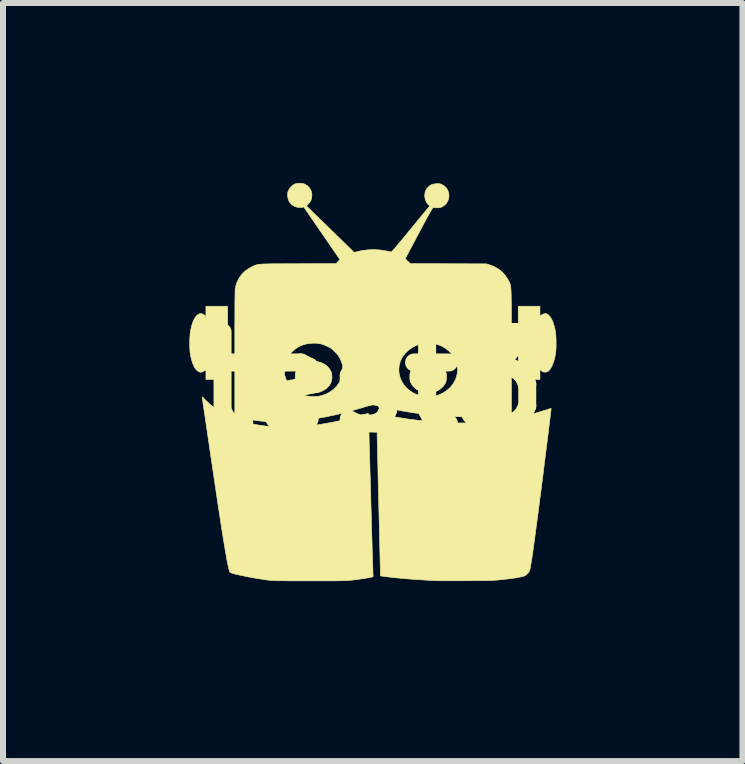
<source format=kicad_pcb>
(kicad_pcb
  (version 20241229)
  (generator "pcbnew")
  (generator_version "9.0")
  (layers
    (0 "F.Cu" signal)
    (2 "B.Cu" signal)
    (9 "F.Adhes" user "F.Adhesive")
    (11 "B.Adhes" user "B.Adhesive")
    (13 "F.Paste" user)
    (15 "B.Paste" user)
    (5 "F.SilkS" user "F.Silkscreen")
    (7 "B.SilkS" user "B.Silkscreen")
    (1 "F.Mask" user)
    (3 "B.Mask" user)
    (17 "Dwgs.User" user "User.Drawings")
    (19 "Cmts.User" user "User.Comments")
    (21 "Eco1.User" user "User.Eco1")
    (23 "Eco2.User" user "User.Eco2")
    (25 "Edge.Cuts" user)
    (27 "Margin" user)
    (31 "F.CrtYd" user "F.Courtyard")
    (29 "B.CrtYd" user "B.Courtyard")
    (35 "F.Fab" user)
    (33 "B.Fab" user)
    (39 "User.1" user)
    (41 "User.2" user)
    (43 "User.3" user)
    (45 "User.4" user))
  (footprint "test3"
    (layer "F.Cu")
    (at 3.164 3.32)
    (property "Reference" "test3" (at 0 0 0) (layer "F.SilkS") (effects (font (size 1.524 1.524) (thickness 0.3))))
    (attr through_hole)
    (fp_poly (pts (xy -2.419 -0.044) (xy -2.781 -0.044) (xy -2.781 -0.212) (xy -2.799 -0.196) (xy -2.823 -0.177) (xy -2.845 -0.167) (xy -2.868 -0.165) (xy -2.898 -0.171) (xy -2.927 -0.19) (xy -2.954 -0.219) (xy -2.978 -0.26) (xy -3.001 -0.311) (xy -3.02 -0.372) (xy -3.036 -0.442) (xy -3.043 -0.479) (xy -3.047 -0.514) (xy -3.049 -0.559) (xy -3.051 -0.609) (xy -3.051 -0.663) (xy -3.05 -0.717) (xy -3.047 -0.768) (xy -3.044 -0.813) (xy -3.039 -0.848) (xy -3.039 -0.848) (xy -3.023 -0.922) (xy -3.004 -0.987) (xy -2.981 -1.041) (xy -2.955 -1.084) (xy -2.927 -1.116) (xy -2.91 -1.129) (xy -2.88 -1.141) (xy -2.851 -1.141) (xy -2.823 -1.129) (xy -2.802 -1.113) (xy -2.781 -1.093) (xy -2.781 -1.264) (xy -2.419 -1.264) (xy -2.419 -0.044)) (stroke (width 0.01) (type solid)) (fill yes) (layer "F.SilkS"))
    (fp_poly (pts (xy 0.998 -0.34) (xy 1.053 -0.324) (xy 1.103 -0.3) (xy 1.148 -0.267) (xy 1.185 -0.228) (xy 1.213 -0.181) (xy 1.22 -0.165) (xy 1.23 -0.124) (xy 1.232 -0.078) (xy 1.227 -0.032) (xy 1.215 0.009) (xy 1.21 0.021) (xy 1.181 0.065) (xy 1.142 0.104) (xy 1.094 0.137) (xy 1.04 0.162) (xy 1.023 0.168) (xy 0.994 0.173) (xy 0.957 0.176) (xy 0.916 0.177) (xy 0.876 0.175) (xy 0.842 0.171) (xy 0.827 0.168) (xy 0.772 0.147) (xy 0.723 0.117) (xy 0.681 0.079) (xy 0.648 0.035) (xy 0.64 0.02) (xy 0.63 -0.000432) (xy 0.624 -0.017) (xy 0.621 -0.035) (xy 0.619 -0.057) (xy 0.619 -0.086) (xy 0.619 -0.116) (xy 0.621 -0.138) (xy 0.625 -0.156) (xy 0.631 -0.173) (xy 0.637 -0.186) (xy 0.661 -0.224) (xy 0.694 -0.261) (xy 0.732 -0.292) (xy 0.764 -0.311) (xy 0.822 -0.333) (xy 0.881 -0.345) (xy 0.94 -0.347) (xy 0.998 -0.34)) (stroke (width 0.01) (type solid)) (fill yes) (layer "F.SilkS"))
    (fp_poly (pts (xy -0.96 -0.346) (xy -0.905 -0.338) (xy -0.852 -0.321) (xy -0.803 -0.297) (xy -0.76 -0.265) (xy -0.724 -0.226) (xy -0.698 -0.18) (xy -0.692 -0.167) (xy -0.682 -0.124) (xy -0.679 -0.078) (xy -0.684 -0.031) (xy -0.697 0.011) (xy -0.701 0.021) (xy -0.73 0.065) (xy -0.77 0.104) (xy -0.817 0.137) (xy -0.871 0.162) (xy -0.889 0.168) (xy -0.917 0.173) (xy -0.954 0.176) (xy -0.995 0.177) (xy -1.035 0.175) (xy -1.07 0.171) (xy -1.084 0.168) (xy -1.139 0.147) (xy -1.189 0.117) (xy -1.231 0.079) (xy -1.263 0.035) (xy -1.271 0.02) (xy -1.281 -0.000432) (xy -1.287 -0.017) (xy -1.291 -0.035) (xy -1.292 -0.057) (xy -1.292 -0.086) (xy -1.292 -0.116) (xy -1.29 -0.138) (xy -1.287 -0.156) (xy -1.28 -0.173) (xy -1.274 -0.186) (xy -1.26 -0.21) (xy -1.24 -0.237) (xy -1.221 -0.258) (xy -1.176 -0.294) (xy -1.126 -0.32) (xy -1.073 -0.338) (xy -1.017 -0.346) (xy -0.96 -0.346)) (stroke (width 0.01) (type solid)) (fill yes) (layer "F.SilkS"))
    (fp_poly (pts (xy 2.788 -1.176) (xy 2.788 -1.14) (xy 2.789 -1.115) (xy 2.791 -1.102) (xy 2.793 -1.099) (xy 2.794 -1.1) (xy 2.806 -1.113) (xy 2.826 -1.125) (xy 2.848 -1.136) (xy 2.868 -1.142) (xy 2.874 -1.143) (xy 2.903 -1.137) (xy 2.931 -1.118) (xy 2.958 -1.089) (xy 2.983 -1.049) (xy 3.005 -0.999) (xy 3.024 -0.94) (xy 3.041 -0.873) (xy 3.045 -0.848) (xy 3.05 -0.813) (xy 3.054 -0.768) (xy 3.056 -0.717) (xy 3.057 -0.663) (xy 3.057 -0.61) (xy 3.056 -0.559) (xy 3.053 -0.514) (xy 3.049 -0.479) (xy 3.036 -0.411) (xy 3.019 -0.349) (xy 3 -0.294) (xy 2.978 -0.248) (xy 2.954 -0.21) (xy 2.929 -0.184) (xy 2.914 -0.174) (xy 2.89 -0.167) (xy 2.863 -0.166) (xy 2.839 -0.171) (xy 2.836 -0.172) (xy 2.822 -0.181) (xy 2.806 -0.194) (xy 2.805 -0.196) (xy 2.788 -0.212) (xy 2.788 -0.044) (xy 2.426 -0.044) (xy 2.426 -1.264) (xy 2.788 -1.264) (xy 2.788 -1.176)) (stroke (width 0.01) (type solid)) (fill yes) (layer "F.SilkS"))
    (fp_poly (pts (xy 2.974 0.446) (xy 2.972 0.464) (xy 2.969 0.494) (xy 2.964 0.534) (xy 2.958 0.583) (xy 2.951 0.64) (xy 2.943 0.706) (xy 2.934 0.779) (xy 2.925 0.858) (xy 2.914 0.942) (xy 2.903 1.031) (xy 2.891 1.124) (xy 2.879 1.22) (xy 2.867 1.319) (xy 2.854 1.419) (xy 2.842 1.52) (xy 2.829 1.62) (xy 2.816 1.72) (xy 2.804 1.818) (xy 2.791 1.914) (xy 2.779 2.006) (xy 2.768 2.095) (xy 2.757 2.179) (xy 2.747 2.257) (xy 2.737 2.328) (xy 2.73 2.381) (xy 2.714 2.504) (xy 2.699 2.615) (xy 2.685 2.715) (xy 2.673 2.803) (xy 2.662 2.88) (xy 2.652 2.946) (xy 2.643 3.003) (xy 2.635 3.049) (xy 2.628 3.087) (xy 2.623 3.116) (xy 2.617 3.136) (xy 2.613 3.149) (xy 2.612 3.151) (xy 2.595 3.178) (xy 2.57 3.204) (xy 2.545 3.225) (xy 2.543 3.226) (xy 2.524 3.234) (xy 2.493 3.243) (xy 2.451 3.252) (xy 2.399 3.262) (xy 2.338 3.271) (xy 2.269 3.28) (xy 2.192 3.289) (xy 2.11 3.297) (xy 2.086 3.3) (xy 2.06 3.302) (xy 2.031 3.304) (xy 1.999 3.305) (xy 1.962 3.307) (xy 1.92 3.308) (xy 1.872 3.309) (xy 1.816 3.31) (xy 1.751 3.31) (xy 1.676 3.311) (xy 1.59 3.311) (xy 1.527 3.312) (xy 1.452 3.312) (xy 1.38 3.312) (xy 1.312 3.312) (xy 1.25 3.312) (xy 1.193 3.312) (xy 1.144 3.312) (xy 1.104 3.312) (xy 1.074 3.311) (xy 1.054 3.311) (xy 1.048 3.311) (xy 1.03 3.31) (xy 1.003 3.308) (xy 0.968 3.306) (xy 0.929 3.304) (xy 0.889 3.302) (xy 0.812 3.297) (xy 0.73 3.292) (xy 0.646 3.286) (xy 0.562 3.279) (xy 0.48 3.272) (xy 0.401 3.264) (xy 0.327 3.257) (xy 0.261 3.249) (xy 0.205 3.242) (xy 0.176 3.238) (xy 0.127 3.231) (xy 0.127 3.166) (xy 0.127 3.154) (xy 0.126 3.129) (xy 0.126 3.093) (xy 0.125 3.046) (xy 0.123 2.989) (xy 0.122 2.922) (xy 0.12 2.847) (xy 0.118 2.763) (xy 0.116 2.671) (xy 0.114 2.573) (xy 0.111 2.468) (xy 0.109 2.358) (xy 0.106 2.243) (xy 0.103 2.123) (xy 0.1 1.999) (xy 0.097 1.872) (xy 0.095 1.81) (xy 0.092 1.683) (xy 0.089 1.559) (xy 0.087 1.439) (xy 0.084 1.324) (xy 0.081 1.214) (xy 0.079 1.11) (xy 0.077 1.012) (xy 0.074 0.922) (xy 0.073 0.838) (xy 0.071 0.763) (xy 0.069 0.697) (xy 0.068 0.64) (xy 0.067 0.593) (xy 0.067 0.557) (xy 0.066 0.532) (xy 0.066 0.518) (xy 0.066 0.516) (xy 0.072 0.517) (xy 0.089 0.52) (xy 0.114 0.525) (xy 0.144 0.532) (xy 0.159 0.536) (xy 0.299 0.567) (xy 0.449 0.594) (xy 0.606 0.619) (xy 0.768 0.639) (xy 0.932 0.656) (xy 1.096 0.669) (xy 1.257 0.678) (xy 1.414 0.682) (xy 1.562 0.681) (xy 1.621 0.679) (xy 1.818 0.669) (xy 2.006 0.652) (xy 2.186 0.63) (xy 2.359 0.601) (xy 2.528 0.566) (xy 2.693 0.524) (xy 2.857 0.475) (xy 2.875 0.469) (xy 2.908 0.459) (xy 2.936 0.45) (xy 2.958 0.443) (xy 2.972 0.44) (xy 2.975 0.439) (xy 2.974 0.446)) (stroke (width 0.01) (type solid)) (fill yes) (layer "F.SilkS"))
    (fp_poly (pts (xy -2.838 0.249) (xy -2.828 0.257) (xy -2.813 0.274) (xy -2.794 0.294) (xy -2.716 0.368) (xy -2.627 0.438) (xy -2.528 0.501) (xy -2.421 0.558) (xy -2.305 0.609) (xy -2.182 0.652) (xy -2.052 0.687) (xy -1.937 0.711) (xy -1.778 0.734) (xy -1.614 0.748) (xy -1.444 0.753) (xy -1.27 0.748) (xy -1.089 0.734) (xy -0.902 0.71) (xy -0.708 0.677) (xy -0.507 0.635) (xy -0.298 0.582) (xy -0.178 0.549) (xy -0.144 0.54) (xy -0.115 0.532) (xy -0.092 0.526) (xy -0.077 0.522) (xy -0.073 0.522) (xy -0.073 0.528) (xy -0.072 0.547) (xy -0.071 0.577) (xy -0.07 0.618) (xy -0.068 0.669) (xy -0.066 0.73) (xy -0.064 0.8) (xy -0.062 0.879) (xy -0.06 0.965) (xy -0.057 1.059) (xy -0.054 1.16) (xy -0.051 1.266) (xy -0.048 1.378) (xy -0.045 1.496) (xy -0.041 1.617) (xy -0.038 1.742) (xy -0.036 1.813) (xy -0.032 1.941) (xy -0.029 2.066) (xy -0.025 2.188) (xy -0.022 2.306) (xy -0.019 2.419) (xy -0.016 2.527) (xy -0.013 2.628) (xy -0.01 2.724) (xy -0.008 2.811) (xy -0.005 2.891) (xy -0.003 2.963) (xy -0.001 3.025) (xy 0.000253 3.077) (xy 0.002 3.119) (xy 0.003 3.15) (xy 0.003 3.168) (xy 0.003 3.173) (xy 0.007 3.244) (xy -0.018 3.251) (xy -0.043 3.257) (xy -0.079 3.264) (xy -0.123 3.271) (xy -0.172 3.279) (xy -0.224 3.286) (xy -0.277 3.294) (xy -0.329 3.3) (xy -0.344 3.302) (xy -0.365 3.304) (xy -0.385 3.306) (xy -0.405 3.307) (xy -0.426 3.309) (xy -0.449 3.31) (xy -0.475 3.311) (xy -0.504 3.312) (xy -0.539 3.313) (xy -0.579 3.313) (xy -0.626 3.314) (xy -0.68 3.314) (xy -0.742 3.314) (xy -0.814 3.314) (xy -0.897 3.314) (xy -0.99 3.314) (xy -1.058 3.314) (xy -1.159 3.314) (xy -1.248 3.314) (xy -1.326 3.314) (xy -1.393 3.314) (xy -1.452 3.313) (xy -1.503 3.313) (xy -1.546 3.312) (xy -1.583 3.312) (xy -1.614 3.311) (xy -1.641 3.31) (xy -1.664 3.309) (xy -1.685 3.308) (xy -1.703 3.306) (xy -1.721 3.304) (xy -1.738 3.302) (xy -1.757 3.3) (xy -1.765 3.299) (xy -1.827 3.29) (xy -1.891 3.28) (xy -1.957 3.269) (xy -2.022 3.258) (xy -2.086 3.246) (xy -2.147 3.233) (xy -2.204 3.221) (xy -2.255 3.21) (xy -2.3 3.199) (xy -2.336 3.189) (xy -2.362 3.18) (xy -2.377 3.173) (xy -2.378 3.173) (xy -2.383 3.166) (xy -2.389 3.151) (xy -2.395 3.129) (xy -2.403 3.099) (xy -2.411 3.061) (xy -2.421 3.014) (xy -2.432 2.958) (xy -2.443 2.893) (xy -2.456 2.819) (xy -2.47 2.735) (xy -2.486 2.641) (xy -2.503 2.537) (xy -2.521 2.423) (xy -2.54 2.298) (xy -2.561 2.162) (xy -2.583 2.015) (xy -2.607 1.856) (xy -2.632 1.685) (xy -2.659 1.503) (xy -2.688 1.308) (xy -2.689 1.302) (xy -2.706 1.189) (xy -2.722 1.08) (xy -2.737 0.974) (xy -2.752 0.874) (xy -2.766 0.778) (xy -2.779 0.688) (xy -2.791 0.605) (xy -2.803 0.529) (xy -2.813 0.462) (xy -2.821 0.402) (xy -2.829 0.353) (xy -2.834 0.313) (xy -2.839 0.284) (xy -2.841 0.266) (xy -2.842 0.26) (xy -2.843 0.251) (xy -2.842 0.247) (xy -2.838 0.249)) (stroke (width 0.01) (type solid)) (fill yes) (layer "F.SilkS"))
    (fp_poly (pts (xy -1.184 -3.314) (xy -1.163 -3.31) (xy -1.142 -3.303) (xy -1.125 -3.295) (xy -1.083 -3.268) (xy -1.05 -3.232) (xy -1.027 -3.189) (xy -1.016 -3.141) (xy -1.014 -3.119) (xy -1.018 -3.071) (xy -1.03 -3.03) (xy -1.053 -2.993) (xy -1.071 -2.973) (xy -1.105 -2.937) (xy -1.081 -2.914) (xy -1.073 -2.906) (xy -1.056 -2.889) (xy -1.032 -2.866) (xy -1.001 -2.835) (xy -0.964 -2.799) (xy -0.921 -2.757) (xy -0.874 -2.711) (xy -0.822 -2.661) (xy -0.767 -2.608) (xy -0.71 -2.552) (xy -0.683 -2.526) (xy -0.309 -2.161) (xy -0.255 -2.176) (xy -0.162 -2.196) (xy -0.064 -2.206) (xy 0.036 -2.208) (xy 0.135 -2.201) (xy 0.219 -2.187) (xy 0.25 -2.181) (xy 0.276 -2.175) (xy 0.297 -2.171) (xy 0.307 -2.17) (xy 0.307 -2.17) (xy 0.312 -2.172) (xy 0.322 -2.182) (xy 0.337 -2.197) (xy 0.357 -2.22) (xy 0.384 -2.251) (xy 0.416 -2.289) (xy 0.455 -2.335) (xy 0.501 -2.39) (xy 0.554 -2.454) (xy 0.614 -2.528) (xy 0.635 -2.553) (xy 0.95 -2.937) (xy 0.925 -2.961) (xy 0.895 -2.999) (xy 0.876 -3.042) (xy 0.868 -3.091) (xy 0.867 -3.108) (xy 0.871 -3.153) (xy 0.882 -3.191) (xy 0.902 -3.225) (xy 0.92 -3.246) (xy 0.95 -3.274) (xy 0.983 -3.293) (xy 1.021 -3.303) (xy 1.062 -3.307) (xy 1.091 -3.308) (xy 1.112 -3.307) (xy 1.129 -3.303) (xy 1.148 -3.296) (xy 1.151 -3.294) (xy 1.193 -3.27) (xy 1.225 -3.239) (xy 1.25 -3.199) (xy 1.251 -3.198) (xy 1.267 -3.151) (xy 1.272 -3.103) (xy 1.266 -3.055) (xy 1.248 -3.011) (xy 1.222 -2.972) (xy 1.197 -2.949) (xy 1.168 -2.929) (xy 1.157 -2.923) (xy 1.136 -2.913) (xy 1.117 -2.908) (xy 1.096 -2.906) (xy 1.07 -2.906) (xy 1.044 -2.907) (xy 1.023 -2.908) (xy 1.009 -2.909) (xy 1.008 -2.909) (xy 1.005 -2.908) (xy 1 -2.903) (xy 0.993 -2.893) (xy 0.983 -2.877) (xy 0.97 -2.856) (xy 0.954 -2.828) (xy 0.935 -2.793) (xy 0.911 -2.75) (xy 0.883 -2.698) (xy 0.85 -2.637) (xy 0.812 -2.566) (xy 0.769 -2.484) (xy 0.542 -2.057) (xy 0.626 -1.975) (xy 1.261 -1.973) (xy 1.895 -1.971) (xy 1.943 -1.957) (xy 2.022 -1.927) (xy 2.093 -1.887) (xy 2.155 -1.839) (xy 2.208 -1.781) (xy 2.252 -1.715) (xy 2.264 -1.692) (xy 2.27 -1.681) (xy 2.276 -1.67) (xy 2.281 -1.66) (xy 2.285 -1.651) (xy 2.289 -1.64) (xy 2.292 -1.629) (xy 2.296 -1.616) (xy 2.298 -1.6) (xy 2.301 -1.582) (xy 2.303 -1.56) (xy 2.305 -1.533) (xy 2.306 -1.502) (xy 2.308 -1.466) (xy 2.309 -1.424) (xy 2.309 -1.375) (xy 2.31 -1.319) (xy 2.311 -1.255) (xy 2.311 -1.183) (xy 2.311 -1.102) (xy 2.311 -1.012) (xy 2.311 -0.911) (xy 2.311 -0.8) (xy 2.311 -0.677) (xy 2.311 -0.543) (xy 2.311 -0.501) (xy 2.311 0.545) (xy 2.278 0.549) (xy 2.108 0.565) (xy 1.928 0.576) (xy 1.741 0.581) (xy 1.549 0.581) (xy 1.354 0.575) (xy 1.157 0.564) (xy 0.96 0.547) (xy 0.767 0.524) (xy 0.629 0.504) (xy 0.562 0.493) (xy 0.486 0.48) (xy 0.406 0.465) (xy 0.325 0.448) (xy 0.247 0.432) (xy 0.175 0.416) (xy 0.135 0.406) (xy 0.098 0.398) (xy 0.063 0.391) (xy 0.033 0.385) (xy 0.011 0.382) (xy 0.002 0.381) (xy -0.014 0.383) (xy -0.04 0.389) (xy -0.075 0.398) (xy -0.116 0.409) (xy -0.158 0.422) (xy -0.374 0.485) (xy -0.584 0.538) (xy -0.79 0.582) (xy -0.993 0.617) (xy -1.194 0.643) (xy -1.28 0.651) (xy -1.318 0.654) (xy -1.365 0.657) (xy -1.417 0.659) (xy -1.472 0.661) (xy -1.528 0.663) (xy -1.583 0.664) (xy -1.633 0.664) (xy -1.677 0.664) (xy -1.711 0.664) (xy -1.724 0.663) (xy -1.86 0.651) (xy -1.99 0.634) (xy -2.112 0.612) (xy -2.225 0.585) (xy -2.253 0.577) (xy -2.299 0.563) (xy -2.299 -0.186) (xy -1.478 -0.186) (xy -1.469 -0.12) (xy -1.45 -0.056) (xy -1.42 0.004) (xy -1.38 0.061) (xy -1.333 0.111) (xy -1.277 0.155) (xy -1.214 0.192) (xy -1.146 0.219) (xy -1.112 0.228) (xy -1.063 0.237) (xy -1.006 0.241) (xy -0.948 0.24) (xy -0.894 0.234) (xy -0.865 0.229) (xy -0.79 0.205) (xy -0.721 0.17) (xy -0.659 0.126) (xy -0.605 0.074) (xy -0.561 0.014) (xy -0.527 -0.053) (xy -0.517 -0.079) (xy -0.509 -0.105) (xy -0.504 -0.127) (xy -0.501 -0.15) (xy -0.5 -0.178) (xy -0.499 -0.203) (xy -0.499 -0.212) (xy 0.435 -0.212) (xy 0.439 -0.146) (xy 0.455 -0.081) (xy 0.48 -0.019) (xy 0.515 0.039) (xy 0.559 0.092) (xy 0.611 0.138) (xy 0.67 0.178) (xy 0.737 0.209) (xy 0.799 0.228) (xy 0.841 0.236) (xy 0.89 0.24) (xy 0.942 0.241) (xy 0.992 0.238) (xy 1.034 0.232) (xy 1.108 0.211) (xy 1.176 0.179) (xy 1.238 0.137) (xy 1.293 0.088) (xy 1.339 0.031) (xy 1.375 -0.032) (xy 1.394 -0.08) (xy 1.41 -0.148) (xy 1.414 -0.217) (xy 1.405 -0.286) (xy 1.386 -0.353) (xy 1.362 -0.403) (xy 1.32 -0.465) (xy 1.268 -0.52) (xy 1.208 -0.566) (xy 1.14 -0.604) (xy 1.065 -0.632) (xy 1.051 -0.636) (xy 1.001 -0.645) (xy 0.944 -0.649) (xy 0.885 -0.648) (xy 0.829 -0.643) (xy 0.797 -0.636) (xy 0.726 -0.611) (xy 0.659 -0.577) (xy 0.599 -0.534) (xy 0.546 -0.484) (xy 0.502 -0.428) (xy 0.468 -0.366) (xy 0.46 -0.347) (xy 0.442 -0.28) (xy 0.435 -0.212) (xy -0.499 -0.212) (xy -0.5 -0.238) (xy -0.501 -0.264) (xy -0.505 -0.287) (xy -0.511 -0.309) (xy -0.517 -0.327) (xy -0.534 -0.371) (xy -0.553 -0.409) (xy -0.576 -0.444) (xy -0.606 -0.479) (xy -0.632 -0.505) (xy -0.659 -0.533) (xy -0.683 -0.553) (xy -0.705 -0.569) (xy -0.731 -0.583) (xy -0.75 -0.593) (xy -0.805 -0.618) (xy -0.857 -0.635) (xy -0.909 -0.645) (xy -0.966 -0.649) (xy -0.987 -0.649) (xy -1.07 -0.643) (xy -1.147 -0.626) (xy -1.218 -0.598) (xy -1.284 -0.558) (xy -1.333 -0.517) (xy -1.384 -0.462) (xy -1.423 -0.405) (xy -1.452 -0.345) (xy -1.47 -0.278) (xy -1.474 -0.253) (xy -1.478 -0.186) (xy -2.299 -0.186) (xy -2.299 -0.484) (xy -2.299 -0.62) (xy -2.299 -0.745) (xy -2.299 -0.858) (xy -2.299 -0.96) (xy -2.298 -1.052) (xy -2.298 -1.133) (xy -2.298 -1.206) (xy -2.298 -1.27) (xy -2.297 -1.326) (xy -2.297 -1.375) (xy -2.296 -1.417) (xy -2.296 -1.453) (xy -2.295 -1.483) (xy -2.295 -1.507) (xy -2.294 -1.528) (xy -2.293 -1.544) (xy -2.292 -1.557) (xy -2.291 -1.568) (xy -2.289 -1.576) (xy -2.289 -1.58) (xy -2.267 -1.654) (xy -2.234 -1.723) (xy -2.191 -1.786) (xy -2.139 -1.841) (xy -2.077 -1.888) (xy -2.013 -1.923) (xy -1.996 -1.931) (xy -1.982 -1.938) (xy -1.969 -1.944) (xy -1.955 -1.949) (xy -1.942 -1.953) (xy -1.927 -1.957) (xy -1.91 -1.961) (xy -1.89 -1.963) (xy -1.866 -1.966) (xy -1.837 -1.968) (xy -1.803 -1.969) (xy -1.763 -1.97) (xy -1.716 -1.971) (xy -1.661 -1.972) (xy -1.597 -1.972) (xy -1.524 -1.972) (xy -1.44 -1.973) (xy -1.346 -1.973) (xy -1.244 -1.973) (xy -0.612 -1.975) (xy -0.579 -2.009) (xy -0.546 -2.042) (xy -1.15 -2.92) (xy -1.176 -2.913) (xy -1.219 -2.91) (xy -1.264 -2.916) (xy -1.308 -2.932) (xy -1.347 -2.955) (xy -1.362 -2.969) (xy -1.392 -3.007) (xy -1.41 -3.05) (xy -1.419 -3.1) (xy -1.419 -3.115) (xy -1.418 -3.144) (xy -1.415 -3.165) (xy -1.409 -3.185) (xy -1.401 -3.202) (xy -1.38 -3.235) (xy -1.352 -3.266) (xy -1.32 -3.291) (xy -1.291 -3.305) (xy -1.268 -3.31) (xy -1.237 -3.314) (xy -1.213 -3.315) (xy -1.184 -3.314)) (stroke (width 0.01) (type solid)) (fill yes) (layer "F.SilkS")))
  (gr_rect
    (start -3 -3)
    (end 9.328 9.639)
    (stroke (width 0.1) (type default))
    (fill no)
    (layer "Edge.Cuts")))
</source>
